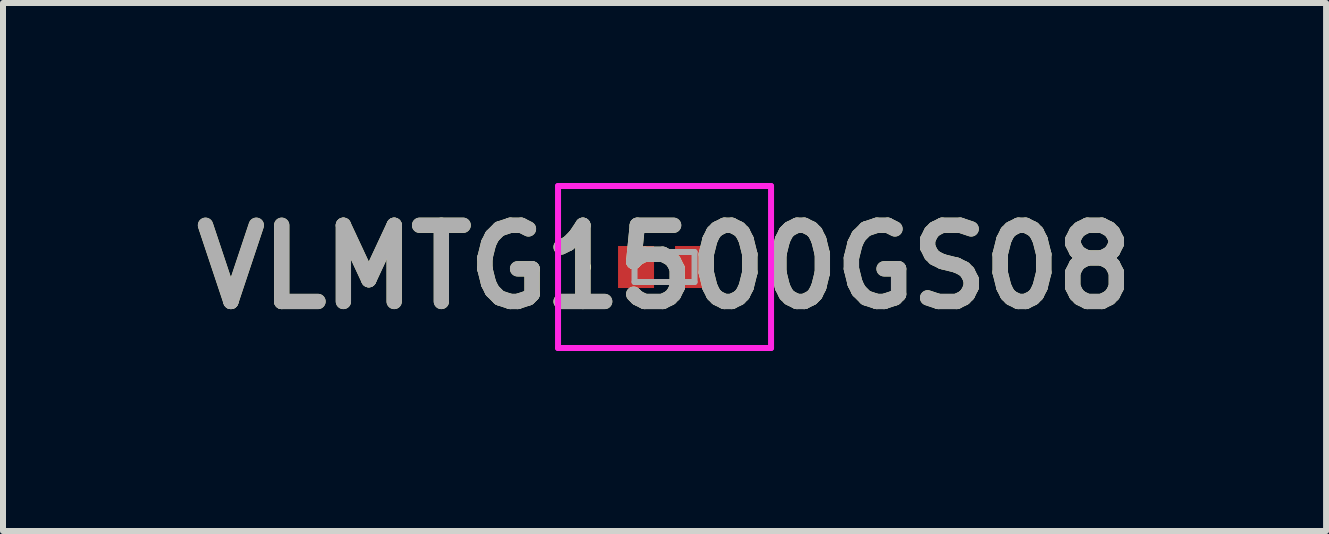
<source format=kicad_pcb>
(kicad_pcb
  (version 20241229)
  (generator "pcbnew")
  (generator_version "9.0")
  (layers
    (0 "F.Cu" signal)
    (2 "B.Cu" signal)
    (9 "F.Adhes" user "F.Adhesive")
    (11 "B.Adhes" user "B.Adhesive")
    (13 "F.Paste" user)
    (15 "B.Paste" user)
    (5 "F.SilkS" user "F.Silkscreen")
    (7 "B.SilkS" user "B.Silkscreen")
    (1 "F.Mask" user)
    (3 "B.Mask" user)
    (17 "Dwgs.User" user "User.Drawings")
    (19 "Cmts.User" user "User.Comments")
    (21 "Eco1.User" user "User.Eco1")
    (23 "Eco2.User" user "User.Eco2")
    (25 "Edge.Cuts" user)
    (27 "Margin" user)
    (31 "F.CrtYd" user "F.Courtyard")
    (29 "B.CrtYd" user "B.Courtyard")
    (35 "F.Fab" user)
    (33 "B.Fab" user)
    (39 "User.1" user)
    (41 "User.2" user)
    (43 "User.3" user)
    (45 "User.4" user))
  (footprint "VLMTG1500GS08"
    (layer "F.Cu")
    (at 8.025 1.4)
    (property "Reference" "VLMTG1500GS08" (at 0 0 0) (layer "F.SilkS") (effects (font (size 1.27 1.27) (thickness 0.254))))
    (attr smd)
    (fp_line (start -1.375 0) (end -1.375 0) (stroke (width 0.1) (type solid)) (layer "F.SilkS"))
    (fp_line (start -1.275 0) (end -1.275 0) (stroke (width 0.1) (type solid)) (layer "F.SilkS"))
    (fp_arc (start -1.375 0) (mid -1.325 -0.05) (end -1.275 0) (stroke (width 0.1) (type solid)) (layer "F.SilkS"))
    (fp_arc (start -1.275 0) (mid -1.325 0.05) (end -1.375 0) (stroke (width 0.1) (type solid)) (layer "F.SilkS"))
    (fp_line (start -1.775 -1.35) (end 1.775 -1.35) (stroke (width 0.1) (type solid)) (layer "F.CrtYd"))
    (fp_line (start -1.775 1.35) (end -1.775 -1.35) (stroke (width 0.1) (type solid)) (layer "F.CrtYd"))
    (fp_line (start 1.775 -1.35) (end 1.775 1.35) (stroke (width 0.1) (type solid)) (layer "F.CrtYd"))
    (fp_line (start 1.775 1.35) (end -1.775 1.35) (stroke (width 0.1) (type solid)) (layer "F.CrtYd"))
    (fp_line (start -0.5 -0.25) (end 0.5 -0.25) (stroke (width 0.1) (type solid)) (layer "F.Fab"))
    (fp_line (start -0.5 0.25) (end -0.5 -0.25) (stroke (width 0.1) (type solid)) (layer "F.Fab"))
    (fp_line (start 0.5 -0.25) (end 0.5 0.25) (stroke (width 0.1) (type solid)) (layer "F.Fab"))
    (fp_line (start 0.5 0.25) (end -0.5 0.25) (stroke (width 0.1) (type solid)) (layer "F.Fab"))
    (fp_text user "${REFERENCE}" (at 0 0 0) (layer "F.Fab") (effects (font (size 1.27 1.27) (thickness 0.254))))
    (pad "1" smd rect (at -0.475 0) (size 0.6 0.7) (layers "F.Cu" "F.Mask" "F.Paste"))
    (pad "2" smd rect (at 0.475 0) (size 0.6 0.7) (layers "F.Cu" "F.Mask" "F.Paste")))
  (gr_rect
    (start -3 -3)
    (end 19.05 5.8)
    (stroke (width 0.1) (type default))
    (fill no)
    (layer "Edge.Cuts")))
</source>
